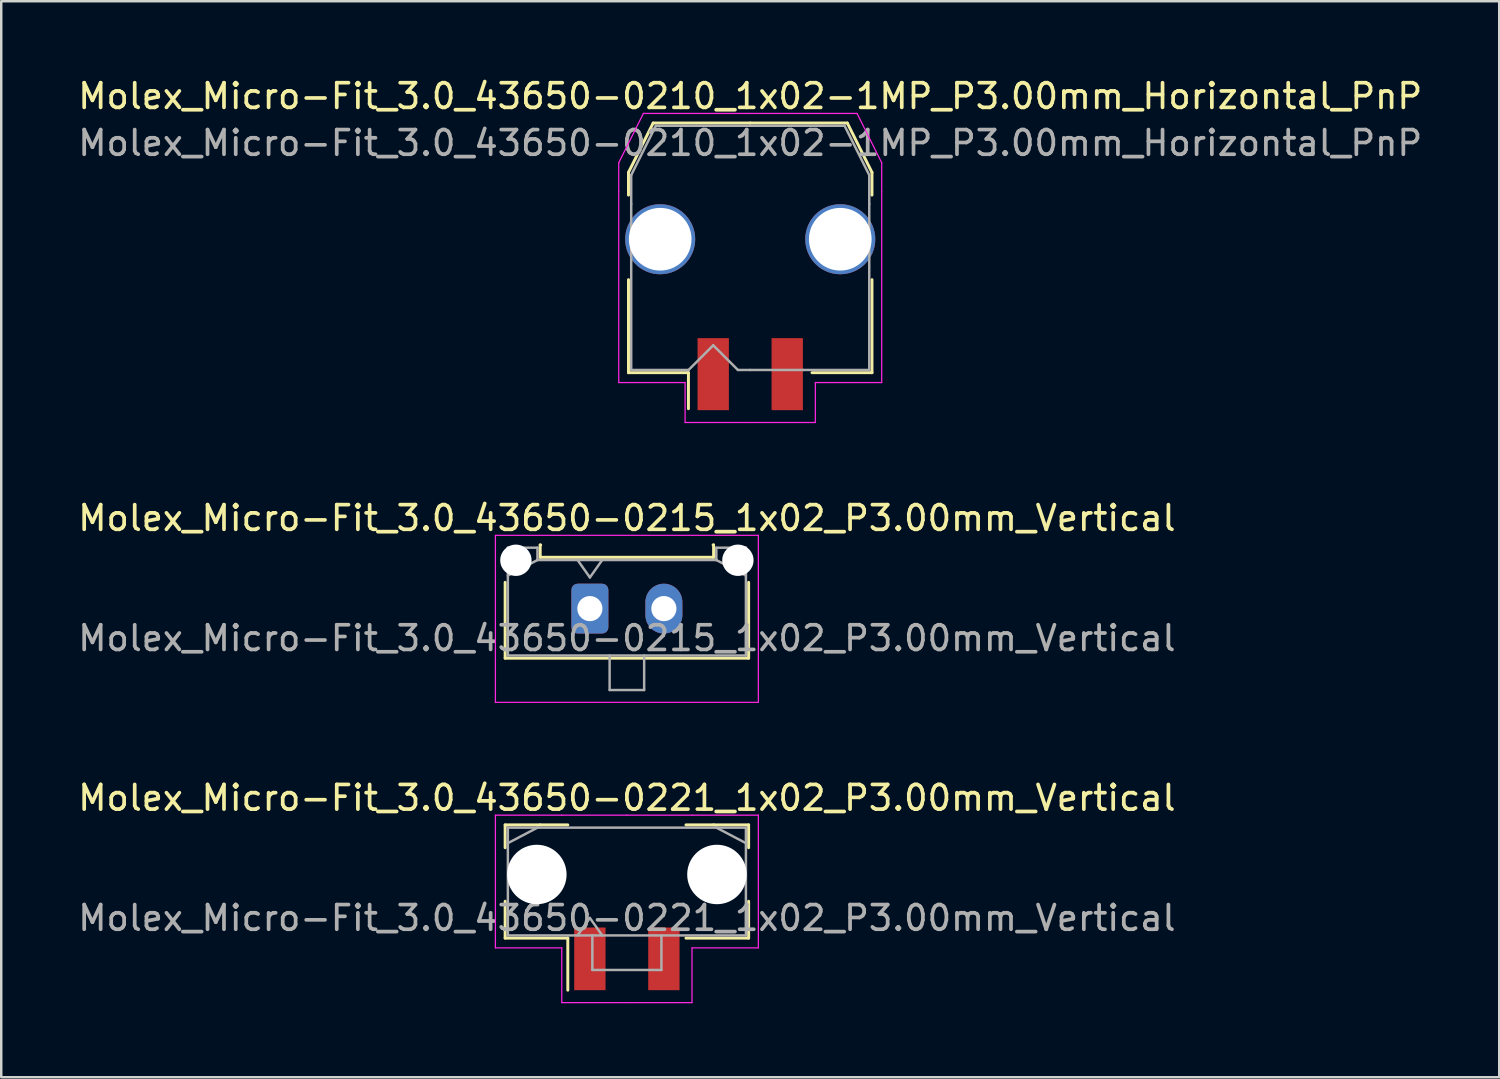
<source format=kicad_pcb>
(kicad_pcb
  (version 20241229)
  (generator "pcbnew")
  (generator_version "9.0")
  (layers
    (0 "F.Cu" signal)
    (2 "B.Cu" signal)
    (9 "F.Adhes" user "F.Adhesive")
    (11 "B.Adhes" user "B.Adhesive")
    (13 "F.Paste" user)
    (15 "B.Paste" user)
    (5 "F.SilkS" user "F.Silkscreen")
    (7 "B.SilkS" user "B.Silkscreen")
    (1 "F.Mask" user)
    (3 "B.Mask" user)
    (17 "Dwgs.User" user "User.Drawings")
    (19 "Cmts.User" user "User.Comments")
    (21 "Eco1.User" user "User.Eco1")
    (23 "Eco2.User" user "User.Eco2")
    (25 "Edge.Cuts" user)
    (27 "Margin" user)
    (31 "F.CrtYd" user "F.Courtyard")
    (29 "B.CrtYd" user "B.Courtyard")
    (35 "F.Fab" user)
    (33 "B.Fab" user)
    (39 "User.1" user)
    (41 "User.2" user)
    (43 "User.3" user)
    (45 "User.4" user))
  (footprint "Molex_Micro-Fit_3.0_43650-0210_1x02-1MP_P3.00mm_Horizontal_PnP"
    (layer "F.Cu")
    (at 27.363 6.998)
    (property "Reference" "Molex_Micro-Fit_3.0_43650-0210_1x02-1MP_P3.00mm_Horizontal_PnP" (at 0 -6.15 0) (layer "F.SilkS") (effects (font (size 1 1) (thickness 0.15))))
    (attr smd)
    (fp_line (start -4.935 -3.06) (end -4.935 -2.14) (stroke (width 0.12) (type solid)) (layer "F.SilkS"))
    (fp_line (start -4.935 1.29) (end -4.935 5.06) (stroke (width 0.12) (type solid)) (layer "F.SilkS"))
    (fp_line (start -4.935 5.06) (end -2.505 5.06) (stroke (width 0.12) (type solid)) (layer "F.SilkS"))
    (fp_line (start -3.935 -5.06) (end -4.935 -3.06) (stroke (width 0.12) (type solid)) (layer "F.SilkS"))
    (fp_line (start -2.505 5.06) (end -2.505 6.52) (stroke (width 0.12) (type solid)) (layer "F.SilkS"))
    (fp_line (start 0 -5.06) (end -3.935 -5.06) (stroke (width 0.12) (type solid)) (layer "F.SilkS"))
    (fp_line (start 0 -5.06) (end 3.935 -5.06) (stroke (width 0.12) (type solid)) (layer "F.SilkS"))
    (fp_line (start 3.935 -5.06) (end 4.935 -3.06) (stroke (width 0.12) (type solid)) (layer "F.SilkS"))
    (fp_line (start 4.935 -3.06) (end 4.935 -2.14) (stroke (width 0.12) (type solid)) (layer "F.SilkS"))
    (fp_line (start 4.935 1.29) (end 4.935 5.06) (stroke (width 0.12) (type solid)) (layer "F.SilkS"))
    (fp_line (start 4.935 5.06) (end 2.505 5.06) (stroke (width 0.12) (type solid)) (layer "F.SilkS"))
    (fp_line (start -5.33 -3.45) (end -5.33 -2.27) (stroke (width 0.05) (type solid)) (layer "F.CrtYd"))
    (fp_line (start -5.33 -2.27) (end -5.33 5.46) (stroke (width 0.05) (type solid)) (layer "F.CrtYd"))
    (fp_line (start -5.33 5.46) (end -2.64 5.46) (stroke (width 0.05) (type solid)) (layer "F.CrtYd"))
    (fp_line (start -4.33 -5.45) (end -5.33 -3.45) (stroke (width 0.05) (type solid)) (layer "F.CrtYd"))
    (fp_line (start -2.64 5.46) (end -2.64 7.08) (stroke (width 0.05) (type solid)) (layer "F.CrtYd"))
    (fp_line (start -2.64 7.08) (end 0 7.08) (stroke (width 0.05) (type solid)) (layer "F.CrtYd"))
    (fp_line (start 0 -5.45) (end -4.33 -5.45) (stroke (width 0.05) (type solid)) (layer "F.CrtYd"))
    (fp_line (start 0 -5.45) (end 4.33 -5.45) (stroke (width 0.05) (type solid)) (layer "F.CrtYd"))
    (fp_line (start 2.64 5.46) (end 2.64 7.08) (stroke (width 0.05) (type solid)) (layer "F.CrtYd"))
    (fp_line (start 2.64 7.08) (end 0 7.08) (stroke (width 0.05) (type solid)) (layer "F.CrtYd"))
    (fp_line (start 4.33 -5.45) (end 5.33 -3.45) (stroke (width 0.05) (type solid)) (layer "F.CrtYd"))
    (fp_line (start 5.33 -3.45) (end 5.33 -2.27) (stroke (width 0.05) (type solid)) (layer "F.CrtYd"))
    (fp_line (start 5.33 -2.27) (end 5.33 5.46) (stroke (width 0.05) (type solid)) (layer "F.CrtYd"))
    (fp_line (start 5.33 5.46) (end 2.64 5.46) (stroke (width 0.05) (type solid)) (layer "F.CrtYd"))
    (fp_line (start -4.825 -2.95) (end -4.825 -1.77) (stroke (width 0.1) (type solid)) (layer "F.Fab"))
    (fp_line (start -4.825 -1.77) (end -4.825 4.95) (stroke (width 0.1) (type solid)) (layer "F.Fab"))
    (fp_line (start -4.825 4.95) (end -2.5 4.95) (stroke (width 0.1) (type solid)) (layer "F.Fab"))
    (fp_line (start -3.825 -4.95) (end -4.825 -2.95) (stroke (width 0.1) (type solid)) (layer "F.Fab"))
    (fp_line (start -2.5 4.95) (end -1.5 3.95) (stroke (width 0.1) (type solid)) (layer "F.Fab"))
    (fp_line (start -1.5 3.95) (end -0.5 4.95) (stroke (width 0.1) (type solid)) (layer "F.Fab"))
    (fp_line (start -0.5 4.95) (end 0 4.95) (stroke (width 0.1) (type solid)) (layer "F.Fab"))
    (fp_line (start 0 -4.95) (end -3.825 -4.95) (stroke (width 0.1) (type solid)) (layer "F.Fab"))
    (fp_line (start 0 -4.95) (end 3.825 -4.95) (stroke (width 0.1) (type solid)) (layer "F.Fab"))
    (fp_line (start 2.135 4.95) (end 0 4.95) (stroke (width 0.1) (type solid)) (layer "F.Fab"))
    (fp_line (start 3.825 -4.95) (end 4.825 -2.95) (stroke (width 0.1) (type solid)) (layer "F.Fab"))
    (fp_line (start 4.825 -2.95) (end 4.825 -1.77) (stroke (width 0.1) (type solid)) (layer "F.Fab"))
    (fp_line (start 4.825 -1.77) (end 4.825 4.95) (stroke (width 0.1) (type solid)) (layer "F.Fab"))
    (fp_line (start 4.825 4.95) (end 2.135 4.95) (stroke (width 0.1) (type solid)) (layer "F.Fab"))
    (fp_text user "${REFERENCE}" (at 0 -4.25 0) (layer "F.Fab") (effects (font (size 1 1) (thickness 0.15))))
    (pad "1" smd rect (at -1.5 5.12) (size 1.27 2.92) (layers "F.Cu" "F.Mask" "F.Paste"))
    (pad "2" smd rect (at 1.5 5.12) (size 1.27 2.92) (layers "F.Cu" "F.Mask" "F.Paste"))
    (pad "MP" thru_hole circle (at -3.65 -0.35) (size 2.84 2.84) (drill 2.54) (property pad_prop_heatsink) (layers "*.Cu" "*.Mask"))
    (pad "MP" thru_hole circle (at 3.65 -0.35) (size 2.84 2.84) (drill 2.54) (property pad_prop_heatsink) (layers "*.Cu" "*.Mask")))
  (footprint "Molex_Micro-Fit_3.0_43650-0221_1x02_P3.00mm_Vertical"
    (layer "F.Cu")
    (at 22.363 32.685)
    (property "Reference" "Molex_Micro-Fit_3.0_43650-0221_1x02_P3.00mm_Vertical" (at 0 -3.39 0) (layer "F.SilkS") (effects (font (size 1 1) (thickness 0.15))))
    (attr smd)
    (fp_line (start -4.935 -2.295) (end -3.515 -2.295) (stroke (width 0.12) (type solid)) (layer "F.SilkS"))
    (fp_line (start -4.935 -1.37) (end -4.935 -2.295) (stroke (width 0.12) (type solid)) (layer "F.SilkS"))
    (fp_line (start -4.935 0.8) (end -4.935 2.295) (stroke (width 0.12) (type solid)) (layer "F.SilkS"))
    (fp_line (start -4.935 2.295) (end -2.395 2.295) (stroke (width 0.12) (type solid)) (layer "F.SilkS"))
    (fp_line (start -3.515 -2.295) (end -2.395 -2.295) (stroke (width 0.12) (type solid)) (layer "F.SilkS"))
    (fp_line (start -2.395 2.295) (end -2.395 4.405) (stroke (width 0.12) (type solid)) (layer "F.SilkS"))
    (fp_line (start 3.515 -2.295) (end 2.395 -2.295) (stroke (width 0.12) (type solid)) (layer "F.SilkS"))
    (fp_line (start 4.935 -2.295) (end 3.515 -2.295) (stroke (width 0.12) (type solid)) (layer "F.SilkS"))
    (fp_line (start 4.935 -1.37) (end 4.935 -2.295) (stroke (width 0.12) (type solid)) (layer "F.SilkS"))
    (fp_line (start 4.935 0.8) (end 4.935 2.295) (stroke (width 0.12) (type solid)) (layer "F.SilkS"))
    (fp_line (start 4.935 2.295) (end 2.395 2.295) (stroke (width 0.12) (type solid)) (layer "F.SilkS"))
    (fp_line (start -5.33 -2.69) (end -5.33 2.69) (stroke (width 0.05) (type solid)) (layer "F.CrtYd"))
    (fp_line (start -5.33 2.69) (end -2.64 2.69) (stroke (width 0.05) (type solid)) (layer "F.CrtYd"))
    (fp_line (start -2.64 -2.69) (end -5.33 -2.69) (stroke (width 0.05) (type solid)) (layer "F.CrtYd"))
    (fp_line (start -2.64 2.69) (end -2.64 4.91) (stroke (width 0.05) (type solid)) (layer "F.CrtYd"))
    (fp_line (start -2.64 4.91) (end 0 4.91) (stroke (width 0.05) (type solid)) (layer "F.CrtYd"))
    (fp_line (start 0 -2.69) (end -2.64 -2.69) (stroke (width 0.05) (type solid)) (layer "F.CrtYd"))
    (fp_line (start 0 -2.69) (end 2.64 -2.69) (stroke (width 0.05) (type solid)) (layer "F.CrtYd"))
    (fp_line (start 2.64 -2.69) (end 5.33 -2.69) (stroke (width 0.05) (type solid)) (layer "F.CrtYd"))
    (fp_line (start 2.64 2.69) (end 2.64 4.91) (stroke (width 0.05) (type solid)) (layer "F.CrtYd"))
    (fp_line (start 2.64 4.91) (end 0 4.91) (stroke (width 0.05) (type solid)) (layer "F.CrtYd"))
    (fp_line (start 5.33 -2.69) (end 5.33 2.69) (stroke (width 0.05) (type solid)) (layer "F.CrtYd"))
    (fp_line (start 5.33 2.69) (end 2.64 2.69) (stroke (width 0.05) (type solid)) (layer "F.CrtYd"))
    (fp_line (start -4.825 -2.185) (end -4.825 2.185) (stroke (width 0.1) (type solid)) (layer "F.Fab"))
    (fp_line (start -4.825 -1.555) (end -3.625 -2.185) (stroke (width 0.1) (type solid)) (layer "F.Fab"))
    (fp_line (start -4.825 2.185) (end 4.825 2.185) (stroke (width 0.1) (type solid)) (layer "F.Fab"))
    (fp_line (start -3.625 -2.185) (end -4.825 -2.185) (stroke (width 0.1) (type solid)) (layer "F.Fab"))
    (fp_line (start -2 2.185) (end -1.5 1.478) (stroke (width 0.1) (type solid)) (layer "F.Fab"))
    (fp_line (start -1.5 1.478) (end -1 2.185) (stroke (width 0.1) (type solid)) (layer "F.Fab"))
    (fp_line (start -1.4 2.185) (end -1.4 3.585) (stroke (width 0.1) (type solid)) (layer "F.Fab"))
    (fp_line (start -1.4 3.585) (end 1.4 3.585) (stroke (width 0.1) (type solid)) (layer "F.Fab"))
    (fp_line (start 1.4 3.585) (end 1.4 2.185) (stroke (width 0.1) (type solid)) (layer "F.Fab"))
    (fp_line (start 3.625 -2.185) (end -3.625 -2.185) (stroke (width 0.1) (type solid)) (layer "F.Fab"))
    (fp_line (start 4.825 -2.185) (end 3.625 -2.185) (stroke (width 0.1) (type solid)) (layer "F.Fab"))
    (fp_line (start 4.825 -1.555) (end 3.625 -2.185) (stroke (width 0.1) (type solid)) (layer "F.Fab"))
    (fp_line (start 4.825 2.185) (end 4.825 -2.185) (stroke (width 0.1) (type solid)) (layer "F.Fab"))
    (fp_text user "${REFERENCE}" (at 0 1.48 0) (layer "F.Fab") (effects (font (size 1 1) (thickness 0.15))))
    (pad "" np_thru_hole circle (at -3.65 -0.285) (size 2.41 2.41) (drill 2.41) (layers "*.Cu" "*.Mask"))
    (pad "" np_thru_hole circle (at 3.65 -0.285) (size 2.41 2.41) (drill 2.41) (layers "*.Cu" "*.Mask"))
    (pad "1" smd rect (at -1.5 3.135) (size 1.27 2.54) (layers "F.Cu" "F.Mask" "F.Paste"))
    (pad "2" smd rect (at 1.5 3.135) (size 1.27 2.54) (layers "F.Cu" "F.Mask" "F.Paste")))
  (footprint "Molex_Micro-Fit_3.0_43650-0215_1x02_P3.00mm_Vertical"
    (layer "F.Cu")
    (at 20.863 21.622)
    (property "Reference" "Molex_Micro-Fit_3.0_43650-0215_1x02_P3.00mm_Vertical" (at 1.5 -3.67 0) (layer "F.SilkS") (effects (font (size 1 1) (thickness 0.15))))
    (attr through_hole)
    (fp_line (start -3.435 -1.065) (end -3.435 2.01) (stroke (width 0.12) (type solid)) (layer "F.SilkS"))
    (fp_line (start -3.435 2.01) (end 6.435 2.01) (stroke (width 0.12) (type solid)) (layer "F.SilkS"))
    (fp_line (start -2.015 -2.58) (end -2.015 -2.08) (stroke (width 0.12) (type solid)) (layer "F.SilkS"))
    (fp_line (start -2.015 -2.08) (end 5.015 -2.08) (stroke (width 0.12) (type solid)) (layer "F.SilkS"))
    (fp_line (start -1.995 -2.58) (end -2.015 -2.58) (stroke (width 0.12) (type solid)) (layer "F.SilkS"))
    (fp_line (start 5.015 -2.58) (end 4.995 -2.58) (stroke (width 0.12) (type solid)) (layer "F.SilkS"))
    (fp_line (start 5.015 -2.08) (end 5.015 -2.58) (stroke (width 0.12) (type solid)) (layer "F.SilkS"))
    (fp_line (start 6.435 2.01) (end 6.435 -1.065) (stroke (width 0.12) (type solid)) (layer "F.SilkS"))
    (fp_line (start -3.83 -2.97) (end 6.83 -2.97) (stroke (width 0.05) (type solid)) (layer "F.CrtYd"))
    (fp_line (start -3.83 3.8) (end -3.83 -2.97) (stroke (width 0.05) (type solid)) (layer "F.CrtYd"))
    (fp_line (start 6.83 -2.97) (end 6.83 3.8) (stroke (width 0.05) (type solid)) (layer "F.CrtYd"))
    (fp_line (start 6.83 3.8) (end -3.83 3.8) (stroke (width 0.05) (type solid)) (layer "F.CrtYd"))
    (fp_line (start -3.325 -2.47) (end -3.325 1.9) (stroke (width 0.1) (type solid)) (layer "F.Fab"))
    (fp_line (start -3.325 -1.34) (end -2.125 -1.97) (stroke (width 0.1) (type solid)) (layer "F.Fab"))
    (fp_line (start -3.325 1.9) (end 6.325 1.9) (stroke (width 0.1) (type solid)) (layer "F.Fab"))
    (fp_line (start -2.125 -2.47) (end -3.325 -2.47) (stroke (width 0.1) (type solid)) (layer "F.Fab"))
    (fp_line (start -2.125 -1.97) (end -2.125 -2.47) (stroke (width 0.1) (type solid)) (layer "F.Fab"))
    (fp_line (start -0.5 -1.97) (end 0 -1.263) (stroke (width 0.1) (type solid)) (layer "F.Fab"))
    (fp_line (start 0 -1.263) (end 0.5 -1.97) (stroke (width 0.1) (type solid)) (layer "F.Fab"))
    (fp_line (start 0.8 1.9) (end 0.8 3.3) (stroke (width 0.1) (type solid)) (layer "F.Fab"))
    (fp_line (start 0.8 3.3) (end 2.2 3.3) (stroke (width 0.1) (type solid)) (layer "F.Fab"))
    (fp_line (start 2.2 3.3) (end 2.2 1.9) (stroke (width 0.1) (type solid)) (layer "F.Fab"))
    (fp_line (start 5.125 -2.47) (end 5.125 -1.97) (stroke (width 0.1) (type solid)) (layer "F.Fab"))
    (fp_line (start 5.125 -1.97) (end -2.125 -1.97) (stroke (width 0.1) (type solid)) (layer "F.Fab"))
    (fp_line (start 6.325 -2.47) (end 5.125 -2.47) (stroke (width 0.1) (type solid)) (layer "F.Fab"))
    (fp_line (start 6.325 -1.34) (end 5.125 -1.97) (stroke (width 0.1) (type solid)) (layer "F.Fab"))
    (fp_line (start 6.325 1.9) (end 6.325 -2.47) (stroke (width 0.1) (type solid)) (layer "F.Fab"))
    (fp_text user "${REFERENCE}" (at 1.5 1.2 0) (layer "F.Fab") (effects (font (size 1 1) (thickness 0.15))))
    (pad "" np_thru_hole circle (at -3 -1.96) (size 1.27 1.27) (drill 1.27) (layers "*.Cu" "*.Mask"))
    (pad "" np_thru_hole circle (at 6 -1.96) (size 1.27 1.27) (drill 1.27) (layers "*.Cu" "*.Mask"))
    (pad "1" thru_hole roundrect (at 0 0) (size 1.5 2.02) (drill 1.02) (layers "*.Cu" "*.Mask") (roundrect_rratio 0.167))
    (pad "2" thru_hole oval (at 3 0) (size 1.5 2.02) (drill 1.02) (layers "*.Cu" "*.Mask")))
  (gr_rect
    (start -3 -3)
    (end 57.726 40.62)
    (stroke (width 0.1) (type default))
    (fill no)
    (layer "Edge.Cuts")))
</source>
